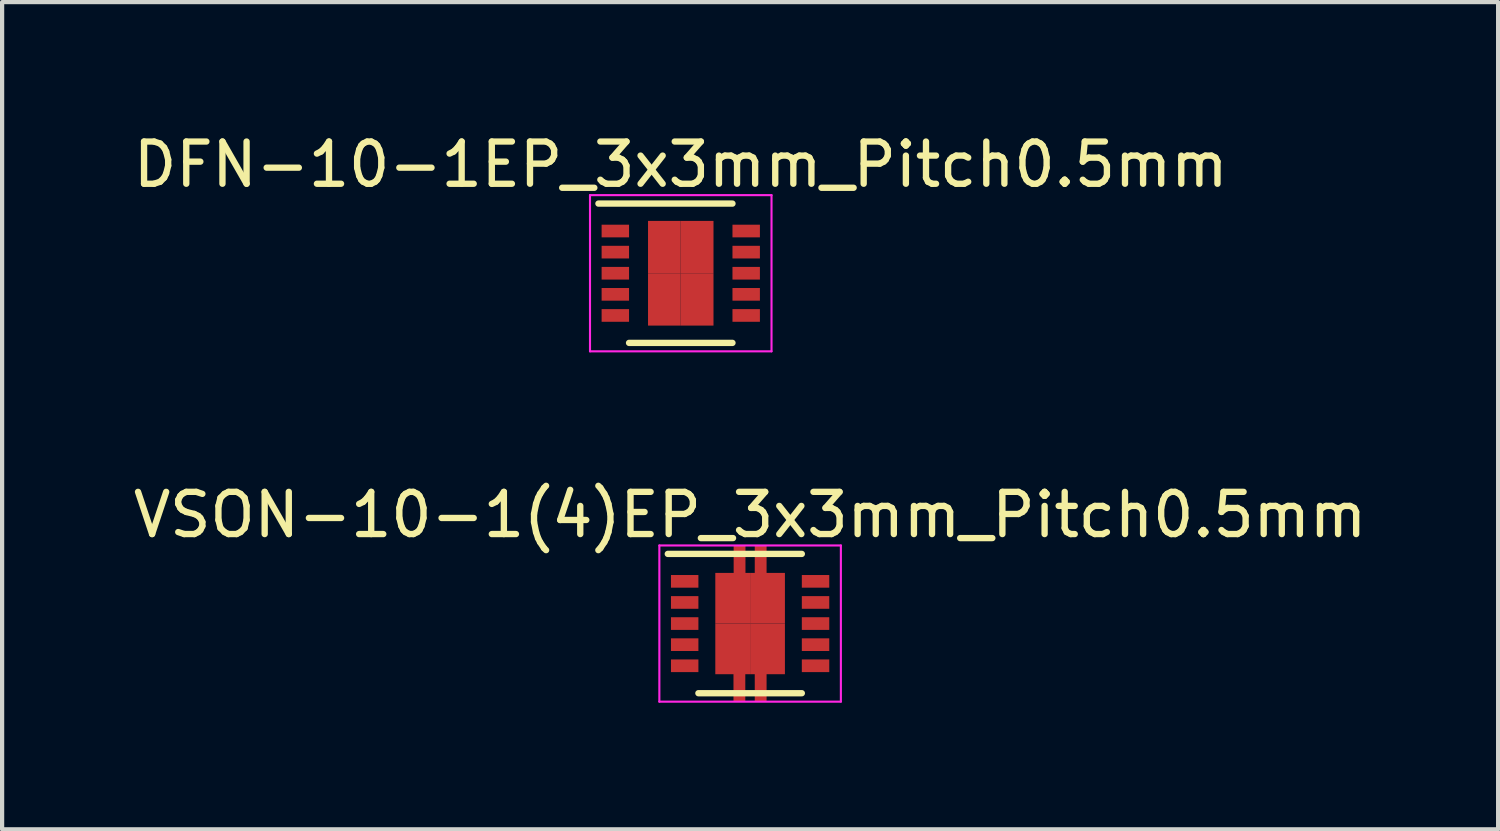
<source format=kicad_pcb>
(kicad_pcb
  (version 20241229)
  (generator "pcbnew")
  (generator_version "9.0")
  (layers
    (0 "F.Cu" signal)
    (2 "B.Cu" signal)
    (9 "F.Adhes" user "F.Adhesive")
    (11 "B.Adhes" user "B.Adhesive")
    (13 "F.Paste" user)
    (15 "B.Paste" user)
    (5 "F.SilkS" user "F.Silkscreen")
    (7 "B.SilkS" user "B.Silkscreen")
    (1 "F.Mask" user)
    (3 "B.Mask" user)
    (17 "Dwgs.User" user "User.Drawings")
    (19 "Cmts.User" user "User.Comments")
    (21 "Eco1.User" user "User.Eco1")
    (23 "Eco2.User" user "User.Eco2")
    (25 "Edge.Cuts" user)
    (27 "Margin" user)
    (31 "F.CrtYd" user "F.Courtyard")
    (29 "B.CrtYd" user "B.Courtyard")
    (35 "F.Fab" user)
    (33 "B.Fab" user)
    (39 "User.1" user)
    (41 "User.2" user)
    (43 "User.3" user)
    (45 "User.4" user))
  (footprint "DFN-10-1EP_3x3mm_Pitch0.5mm"
    (layer "F.Cu")
    (at 13.077 3.423)
    (property "Reference" "DFN-10-1EP_3x3mm_Pitch0.5mm" (at 0 -2.575 0) (layer "F.SilkS") (effects (font (size 1 1) (thickness 0.15))))
    (attr smd)
    (fp_line (start -1.95 -1.65) (end 1.225 -1.65) (stroke (width 0.15) (type solid)) (layer "F.SilkS"))
    (fp_line (start -1.225 1.65) (end 1.225 1.65) (stroke (width 0.15) (type solid)) (layer "F.SilkS"))
    (fp_line (start -2.15 -1.85) (end -2.15 1.85) (stroke (width 0.05) (type solid)) (layer "F.CrtYd"))
    (fp_line (start -2.15 -1.85) (end 2.15 -1.85) (stroke (width 0.05) (type solid)) (layer "F.CrtYd"))
    (fp_line (start -2.15 1.85) (end 2.15 1.85) (stroke (width 0.05) (type solid)) (layer "F.CrtYd"))
    (fp_line (start 2.15 -1.85) (end 2.15 1.85) (stroke (width 0.05) (type solid)) (layer "F.CrtYd"))
    (pad "1" smd rect (at -1.55 -1) (size 0.65 0.3) (layers "F.Cu" "F.Mask" "F.Paste"))
    (pad "2" smd rect (at -1.55 -0.5) (size 0.65 0.3) (layers "F.Cu" "F.Mask" "F.Paste"))
    (pad "3" smd rect (at -1.55 0) (size 0.65 0.3) (layers "F.Cu" "F.Mask" "F.Paste"))
    (pad "4" smd rect (at -1.55 0.5) (size 0.65 0.3) (layers "F.Cu" "F.Mask" "F.Paste"))
    (pad "5" smd rect (at -1.55 1) (size 0.65 0.3) (layers "F.Cu" "F.Mask" "F.Paste"))
    (pad "6" smd rect (at 1.55 1) (size 0.65 0.3) (layers "F.Cu" "F.Mask" "F.Paste"))
    (pad "7" smd rect (at 1.55 0.5) (size 0.65 0.3) (layers "F.Cu" "F.Mask" "F.Paste"))
    (pad "8" smd rect (at 1.55 0) (size 0.65 0.3) (layers "F.Cu" "F.Mask" "F.Paste"))
    (pad "9" smd rect (at 1.55 -0.5) (size 0.65 0.3) (layers "F.Cu" "F.Mask" "F.Paste"))
    (pad "10" smd rect (at 1.55 -1) (size 0.65 0.3) (layers "F.Cu" "F.Mask" "F.Paste"))
    (pad "11" smd rect (at -0.388 -0.62) (size 0.775 1.24) (layers "F.Cu" "F.Mask" "F.Paste"))
    (pad "11" smd rect (at -0.388 0.62) (size 0.775 1.24) (layers "F.Cu" "F.Mask" "F.Paste"))
    (pad "11" smd rect (at 0.388 -0.62) (size 0.775 1.24) (layers "F.Cu" "F.Mask" "F.Paste"))
    (pad "11" smd rect (at 0.388 0.62) (size 0.775 1.24) (layers "F.Cu" "F.Mask" "F.Paste")))
  (footprint "VSON-10-1(4)EP_3x3mm_Pitch0.5mm"
    (layer "F.Cu")
    (at 14.72 11.722)
    (property "Reference" "VSON-10-1(4)EP_3x3mm_Pitch0.5mm" (at 0 -2.575 0) (layer "F.SilkS") (effects (font (size 1 1) (thickness 0.15))))
    (attr smd)
    (fp_line (start -1.95 -1.65) (end 1.225 -1.65) (stroke (width 0.15) (type solid)) (layer "F.SilkS"))
    (fp_line (start -1.225 1.65) (end 1.225 1.65) (stroke (width 0.15) (type solid)) (layer "F.SilkS"))
    (fp_line (start -2.15 -1.85) (end -2.15 1.85) (stroke (width 0.05) (type solid)) (layer "F.CrtYd"))
    (fp_line (start -2.15 -1.85) (end 2.15 -1.85) (stroke (width 0.05) (type solid)) (layer "F.CrtYd"))
    (fp_line (start -2.15 1.85) (end 2.15 1.85) (stroke (width 0.05) (type solid)) (layer "F.CrtYd"))
    (fp_line (start 2.15 -1.85) (end 2.15 1.85) (stroke (width 0.05) (type solid)) (layer "F.CrtYd"))
    (pad "1" smd rect (at -1.55 -1) (size 0.65 0.3) (layers "F.Cu" "F.Mask" "F.Paste"))
    (pad "2" smd rect (at -1.55 -0.5) (size 0.65 0.3) (layers "F.Cu" "F.Mask" "F.Paste"))
    (pad "3" smd rect (at -1.55 0) (size 0.65 0.3) (layers "F.Cu" "F.Mask" "F.Paste"))
    (pad "4" smd rect (at -1.55 0.5) (size 0.65 0.3) (layers "F.Cu" "F.Mask" "F.Paste"))
    (pad "5" smd rect (at -1.55 1) (size 0.65 0.3) (layers "F.Cu" "F.Mask" "F.Paste"))
    (pad "6" smd rect (at 1.55 1) (size 0.65 0.3) (layers "F.Cu" "F.Mask" "F.Paste"))
    (pad "7" smd rect (at 1.55 0.5) (size 0.65 0.3) (layers "F.Cu" "F.Mask" "F.Paste"))
    (pad "8" smd rect (at 1.55 0) (size 0.65 0.3) (layers "F.Cu" "F.Mask" "F.Paste"))
    (pad "9" smd rect (at 1.55 -0.5) (size 0.65 0.3) (layers "F.Cu" "F.Mask" "F.Paste"))
    (pad "10" smd rect (at 1.55 -1) (size 0.65 0.3) (layers "F.Cu" "F.Mask" "F.Paste"))
    (pad "11" smd rect (at -0.412 -0.6) (size 0.825 1.2) (layers "F.Cu" "F.Mask" "F.Paste"))
    (pad "11" smd rect (at -0.412 0.6) (size 0.825 1.2) (layers "F.Cu" "F.Mask" "F.Paste"))
    (pad "11" smd rect (at 0.412 -0.6) (size 0.825 1.2) (layers "F.Cu" "F.Mask" "F.Paste"))
    (pad "11" smd rect (at 0.412 0.6) (size 0.825 1.2) (layers "F.Cu" "F.Mask" "F.Paste"))
    (pad "12" smd rect (at 0.25 -1.5 90) (size 0.7 0.28) (layers "F.Cu" "F.Mask" "F.Paste"))
    (pad "13" smd rect (at -0.25 -1.5 90) (size 0.7 0.28) (layers "F.Cu" "F.Mask" "F.Paste"))
    (pad "14" smd rect (at -0.254 1.5 90) (size 0.7 0.28) (layers "F.Cu" "F.Mask" "F.Paste"))
    (pad "15" smd rect (at 0.25 1.5 90) (size 0.7 0.28) (layers "F.Cu" "F.Mask" "F.Paste")))
  (gr_rect
    (start -3 -3)
    (end 32.44 16.596)
    (stroke (width 0.1) (type default))
    (fill no)
    (layer "Edge.Cuts")))
</source>
